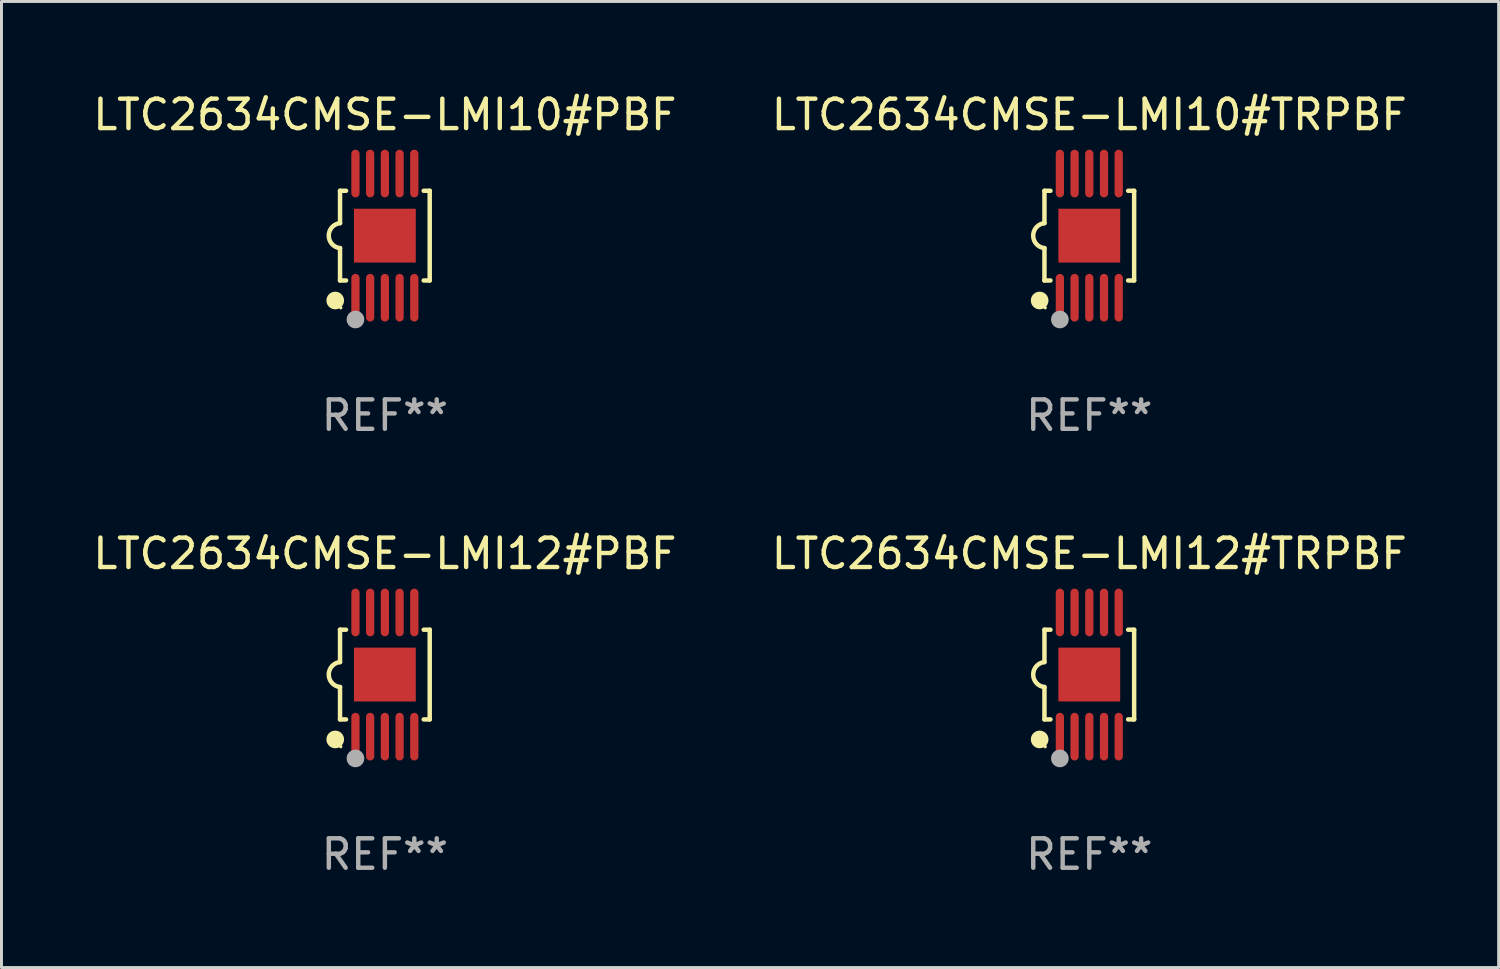
<source format=kicad_pcb>
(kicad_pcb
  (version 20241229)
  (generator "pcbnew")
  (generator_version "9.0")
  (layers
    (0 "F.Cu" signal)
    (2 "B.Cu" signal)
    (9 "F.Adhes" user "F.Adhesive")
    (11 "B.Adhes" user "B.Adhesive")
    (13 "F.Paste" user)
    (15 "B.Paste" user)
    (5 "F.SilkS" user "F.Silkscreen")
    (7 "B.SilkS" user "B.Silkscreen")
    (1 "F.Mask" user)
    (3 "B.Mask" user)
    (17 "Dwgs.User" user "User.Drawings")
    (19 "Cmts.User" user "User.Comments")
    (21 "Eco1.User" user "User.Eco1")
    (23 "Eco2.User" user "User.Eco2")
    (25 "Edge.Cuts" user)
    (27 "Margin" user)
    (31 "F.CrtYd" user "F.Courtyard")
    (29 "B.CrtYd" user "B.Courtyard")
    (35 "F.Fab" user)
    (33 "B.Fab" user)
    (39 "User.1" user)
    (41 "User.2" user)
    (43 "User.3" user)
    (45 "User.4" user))
  (footprint "LTC2634CMSE-LMI12#TRPBF"
    (layer "F.Cu")
    (at 33.97 19.875)
    (property "Reference" "LTC2634CMSE-LMI12#TRPBF" (at 0 -4.11 0) (layer "F.SilkS") (effects (font (size 1 1) (thickness 0.15))))
    (attr through_hole)
    (fp_line (start -1.524 -1.524) (end -1.524 -0.424) (stroke (width 0.152) (type solid)) (layer "F.SilkS"))
    (fp_line (start -1.524 1.524) (end -1.524 0.424) (stroke (width 0.152) (type solid)) (layer "F.SilkS"))
    (fp_line (start -1.524 1.524) (end -1.32 1.524) (stroke (width 0.152) (type solid)) (layer "F.SilkS"))
    (fp_line (start -1.32 -1.524) (end -1.524 -1.524) (stroke (width 0.152) (type solid)) (layer "F.SilkS"))
    (fp_line (start 1.32 1.524) (end 1.524 1.524) (stroke (width 0.152) (type solid)) (layer "F.SilkS"))
    (fp_line (start 1.524 -1.524) (end 1.32 -1.524) (stroke (width 0.152) (type solid)) (layer "F.SilkS"))
    (fp_line (start 1.524 1.524) (end 1.524 -1.524) (stroke (width 0.152) (type solid)) (layer "F.SilkS"))
    (fp_arc (start -1.524003 0.424003) (mid -1.906663 -0.000089) (end -1.524004 -0.424181) (stroke (width 0.151994) (type solid)) (layer "F.SilkS"))
    (fp_circle (center -1.687 2.205) (end -1.537 2.205) (stroke (width 0.3) (type solid)) (fill no) (layer "F.SilkS"))
    (fp_circle (center -1.5 2.45) (end -1.47 2.45) (stroke (width 0.06) (type solid)) (fill no) (layer "F.SilkS"))
    (fp_circle (center -1 2.85) (end -0.85 2.85) (stroke (width 0.3) (type solid)) (fill no) (layer "F.Fab"))
    (fp_text user "REF**" (at 0 6.11 0) (layer "F.Fab") (effects (font (size 1 1) (thickness 0.15))))
    (pad "1" smd oval (at -1 2.11) (size 0.28 1.62) (layers "F.Cu" "F.Mask" "F.Paste"))
    (pad "2" smd oval (at -0.5 2.11) (size 0.28 1.62) (layers "F.Cu" "F.Mask" "F.Paste"))
    (pad "3" smd oval (at 0 2.11) (size 0.28 1.62) (layers "F.Cu" "F.Mask" "F.Paste"))
    (pad "4" smd oval (at 0.5 2.11) (size 0.28 1.62) (layers "F.Cu" "F.Mask" "F.Paste"))
    (pad "5" smd oval (at 1 2.11) (size 0.28 1.62) (layers "F.Cu" "F.Mask" "F.Paste"))
    (pad "6" smd oval (at 1 -2.11) (size 0.28 1.62) (layers "F.Cu" "F.Mask" "F.Paste"))
    (pad "7" smd oval (at 0.5 -2.11) (size 0.28 1.62) (layers "F.Cu" "F.Mask" "F.Paste"))
    (pad "8" smd oval (at 0 -2.11) (size 0.28 1.62) (layers "F.Cu" "F.Mask" "F.Paste"))
    (pad "9" smd oval (at -0.5 -2.11) (size 0.28 1.62) (layers "F.Cu" "F.Mask" "F.Paste"))
    (pad "10" smd oval (at -1 -2.11) (size 0.28 1.62) (layers "F.Cu" "F.Mask" "F.Paste"))
    (pad "11" smd rect (at 0 0) (size 2.1 1.83) (layers "F.Cu" "F.Mask" "F.Paste")))
  (footprint "LTC2634CMSE-LMI10#PBF"
    (layer "F.Cu")
    (at 10.03 4.958)
    (property "Reference" "LTC2634CMSE-LMI10#PBF" (at 0 -4.11 0) (layer "F.SilkS") (effects (font (size 1 1) (thickness 0.15))))
    (attr through_hole)
    (fp_line (start -1.524 -1.524) (end -1.524 -0.424) (stroke (width 0.152) (type solid)) (layer "F.SilkS"))
    (fp_line (start -1.524 1.524) (end -1.524 0.424) (stroke (width 0.152) (type solid)) (layer "F.SilkS"))
    (fp_line (start -1.524 1.524) (end -1.32 1.524) (stroke (width 0.152) (type solid)) (layer "F.SilkS"))
    (fp_line (start -1.32 -1.524) (end -1.524 -1.524) (stroke (width 0.152) (type solid)) (layer "F.SilkS"))
    (fp_line (start 1.32 1.524) (end 1.524 1.524) (stroke (width 0.152) (type solid)) (layer "F.SilkS"))
    (fp_line (start 1.524 -1.524) (end 1.32 -1.524) (stroke (width 0.152) (type solid)) (layer "F.SilkS"))
    (fp_line (start 1.524 1.524) (end 1.524 -1.524) (stroke (width 0.152) (type solid)) (layer "F.SilkS"))
    (fp_arc (start -1.524003 0.424003) (mid -1.906663 -0.000089) (end -1.524004 -0.424181) (stroke (width 0.151994) (type solid)) (layer "F.SilkS"))
    (fp_circle (center -1.687 2.205) (end -1.537 2.205) (stroke (width 0.3) (type solid)) (fill no) (layer "F.SilkS"))
    (fp_circle (center -1.5 2.45) (end -1.47 2.45) (stroke (width 0.06) (type solid)) (fill no) (layer "F.SilkS"))
    (fp_circle (center -1 2.85) (end -0.85 2.85) (stroke (width 0.3) (type solid)) (fill no) (layer "F.Fab"))
    (fp_text user "REF**" (at 0 6.11 0) (layer "F.Fab") (effects (font (size 1 1) (thickness 0.15))))
    (pad "1" smd oval (at -1 2.11) (size 0.28 1.62) (layers "F.Cu" "F.Mask" "F.Paste"))
    (pad "2" smd oval (at -0.5 2.11) (size 0.28 1.62) (layers "F.Cu" "F.Mask" "F.Paste"))
    (pad "3" smd oval (at 0 2.11) (size 0.28 1.62) (layers "F.Cu" "F.Mask" "F.Paste"))
    (pad "4" smd oval (at 0.5 2.11) (size 0.28 1.62) (layers "F.Cu" "F.Mask" "F.Paste"))
    (pad "5" smd oval (at 1 2.11) (size 0.28 1.62) (layers "F.Cu" "F.Mask" "F.Paste"))
    (pad "6" smd oval (at 1 -2.11) (size 0.28 1.62) (layers "F.Cu" "F.Mask" "F.Paste"))
    (pad "7" smd oval (at 0.5 -2.11) (size 0.28 1.62) (layers "F.Cu" "F.Mask" "F.Paste"))
    (pad "8" smd oval (at 0 -2.11) (size 0.28 1.62) (layers "F.Cu" "F.Mask" "F.Paste"))
    (pad "9" smd oval (at -0.5 -2.11) (size 0.28 1.62) (layers "F.Cu" "F.Mask" "F.Paste"))
    (pad "10" smd oval (at -1 -2.11) (size 0.28 1.62) (layers "F.Cu" "F.Mask" "F.Paste"))
    (pad "11" smd rect (at 0 0) (size 2.1 1.83) (layers "F.Cu" "F.Mask" "F.Paste")))
  (footprint "LTC2634CMSE-LMI12#PBF"
    (layer "F.Cu")
    (at 10.03 19.875)
    (property "Reference" "LTC2634CMSE-LMI12#PBF" (at 0 -4.11 0) (layer "F.SilkS") (effects (font (size 1 1) (thickness 0.15))))
    (attr through_hole)
    (fp_line (start -1.524 -1.524) (end -1.524 -0.424) (stroke (width 0.152) (type solid)) (layer "F.SilkS"))
    (fp_line (start -1.524 1.524) (end -1.524 0.424) (stroke (width 0.152) (type solid)) (layer "F.SilkS"))
    (fp_line (start -1.524 1.524) (end -1.32 1.524) (stroke (width 0.152) (type solid)) (layer "F.SilkS"))
    (fp_line (start -1.32 -1.524) (end -1.524 -1.524) (stroke (width 0.152) (type solid)) (layer "F.SilkS"))
    (fp_line (start 1.32 1.524) (end 1.524 1.524) (stroke (width 0.152) (type solid)) (layer "F.SilkS"))
    (fp_line (start 1.524 -1.524) (end 1.32 -1.524) (stroke (width 0.152) (type solid)) (layer "F.SilkS"))
    (fp_line (start 1.524 1.524) (end 1.524 -1.524) (stroke (width 0.152) (type solid)) (layer "F.SilkS"))
    (fp_arc (start -1.524003 0.424003) (mid -1.906663 -0.000089) (end -1.524004 -0.424181) (stroke (width 0.151994) (type solid)) (layer "F.SilkS"))
    (fp_circle (center -1.687 2.205) (end -1.537 2.205) (stroke (width 0.3) (type solid)) (fill no) (layer "F.SilkS"))
    (fp_circle (center -1.5 2.45) (end -1.47 2.45) (stroke (width 0.06) (type solid)) (fill no) (layer "F.SilkS"))
    (fp_circle (center -1 2.85) (end -0.85 2.85) (stroke (width 0.3) (type solid)) (fill no) (layer "F.Fab"))
    (fp_text user "REF**" (at 0 6.11 0) (layer "F.Fab") (effects (font (size 1 1) (thickness 0.15))))
    (pad "1" smd oval (at -1 2.11) (size 0.28 1.62) (layers "F.Cu" "F.Mask" "F.Paste"))
    (pad "2" smd oval (at -0.5 2.11) (size 0.28 1.62) (layers "F.Cu" "F.Mask" "F.Paste"))
    (pad "3" smd oval (at 0 2.11) (size 0.28 1.62) (layers "F.Cu" "F.Mask" "F.Paste"))
    (pad "4" smd oval (at 0.5 2.11) (size 0.28 1.62) (layers "F.Cu" "F.Mask" "F.Paste"))
    (pad "5" smd oval (at 1 2.11) (size 0.28 1.62) (layers "F.Cu" "F.Mask" "F.Paste"))
    (pad "6" smd oval (at 1 -2.11) (size 0.28 1.62) (layers "F.Cu" "F.Mask" "F.Paste"))
    (pad "7" smd oval (at 0.5 -2.11) (size 0.28 1.62) (layers "F.Cu" "F.Mask" "F.Paste"))
    (pad "8" smd oval (at 0 -2.11) (size 0.28 1.62) (layers "F.Cu" "F.Mask" "F.Paste"))
    (pad "9" smd oval (at -0.5 -2.11) (size 0.28 1.62) (layers "F.Cu" "F.Mask" "F.Paste"))
    (pad "10" smd oval (at -1 -2.11) (size 0.28 1.62) (layers "F.Cu" "F.Mask" "F.Paste"))
    (pad "11" smd rect (at 0 0) (size 2.1 1.83) (layers "F.Cu" "F.Mask" "F.Paste")))
  (footprint "LTC2634CMSE-LMI10#TRPBF"
    (layer "F.Cu")
    (at 33.97 4.958)
    (property "Reference" "LTC2634CMSE-LMI10#TRPBF" (at 0 -4.11 0) (layer "F.SilkS") (effects (font (size 1 1) (thickness 0.15))))
    (attr through_hole)
    (fp_line (start -1.524 -1.524) (end -1.524 -0.424) (stroke (width 0.152) (type solid)) (layer "F.SilkS"))
    (fp_line (start -1.524 1.524) (end -1.524 0.424) (stroke (width 0.152) (type solid)) (layer "F.SilkS"))
    (fp_line (start -1.524 1.524) (end -1.32 1.524) (stroke (width 0.152) (type solid)) (layer "F.SilkS"))
    (fp_line (start -1.32 -1.524) (end -1.524 -1.524) (stroke (width 0.152) (type solid)) (layer "F.SilkS"))
    (fp_line (start 1.32 1.524) (end 1.524 1.524) (stroke (width 0.152) (type solid)) (layer "F.SilkS"))
    (fp_line (start 1.524 -1.524) (end 1.32 -1.524) (stroke (width 0.152) (type solid)) (layer "F.SilkS"))
    (fp_line (start 1.524 1.524) (end 1.524 -1.524) (stroke (width 0.152) (type solid)) (layer "F.SilkS"))
    (fp_arc (start -1.524003 0.424003) (mid -1.906663 -0.000089) (end -1.524004 -0.424181) (stroke (width 0.151994) (type solid)) (layer "F.SilkS"))
    (fp_circle (center -1.687 2.205) (end -1.537 2.205) (stroke (width 0.3) (type solid)) (fill no) (layer "F.SilkS"))
    (fp_circle (center -1.5 2.45) (end -1.47 2.45) (stroke (width 0.06) (type solid)) (fill no) (layer "F.SilkS"))
    (fp_circle (center -1 2.85) (end -0.85 2.85) (stroke (width 0.3) (type solid)) (fill no) (layer "F.Fab"))
    (fp_text user "REF**" (at 0 6.11 0) (layer "F.Fab") (effects (font (size 1 1) (thickness 0.15))))
    (pad "1" smd oval (at -1 2.11) (size 0.28 1.62) (layers "F.Cu" "F.Mask" "F.Paste"))
    (pad "2" smd oval (at -0.5 2.11) (size 0.28 1.62) (layers "F.Cu" "F.Mask" "F.Paste"))
    (pad "3" smd oval (at 0 2.11) (size 0.28 1.62) (layers "F.Cu" "F.Mask" "F.Paste"))
    (pad "4" smd oval (at 0.5 2.11) (size 0.28 1.62) (layers "F.Cu" "F.Mask" "F.Paste"))
    (pad "5" smd oval (at 1 2.11) (size 0.28 1.62) (layers "F.Cu" "F.Mask" "F.Paste"))
    (pad "6" smd oval (at 1 -2.11) (size 0.28 1.62) (layers "F.Cu" "F.Mask" "F.Paste"))
    (pad "7" smd oval (at 0.5 -2.11) (size 0.28 1.62) (layers "F.Cu" "F.Mask" "F.Paste"))
    (pad "8" smd oval (at 0 -2.11) (size 0.28 1.62) (layers "F.Cu" "F.Mask" "F.Paste"))
    (pad "9" smd oval (at -0.5 -2.11) (size 0.28 1.62) (layers "F.Cu" "F.Mask" "F.Paste"))
    (pad "10" smd oval (at -1 -2.11) (size 0.28 1.62) (layers "F.Cu" "F.Mask" "F.Paste"))
    (pad "11" smd rect (at 0 0) (size 2.1 1.83) (layers "F.Cu" "F.Mask" "F.Paste")))
  (gr_rect
    (start -3 -3)
    (end 47.881 29.833)
    (stroke (width 0.1) (type default))
    (fill no)
    (layer "Edge.Cuts")))
</source>
